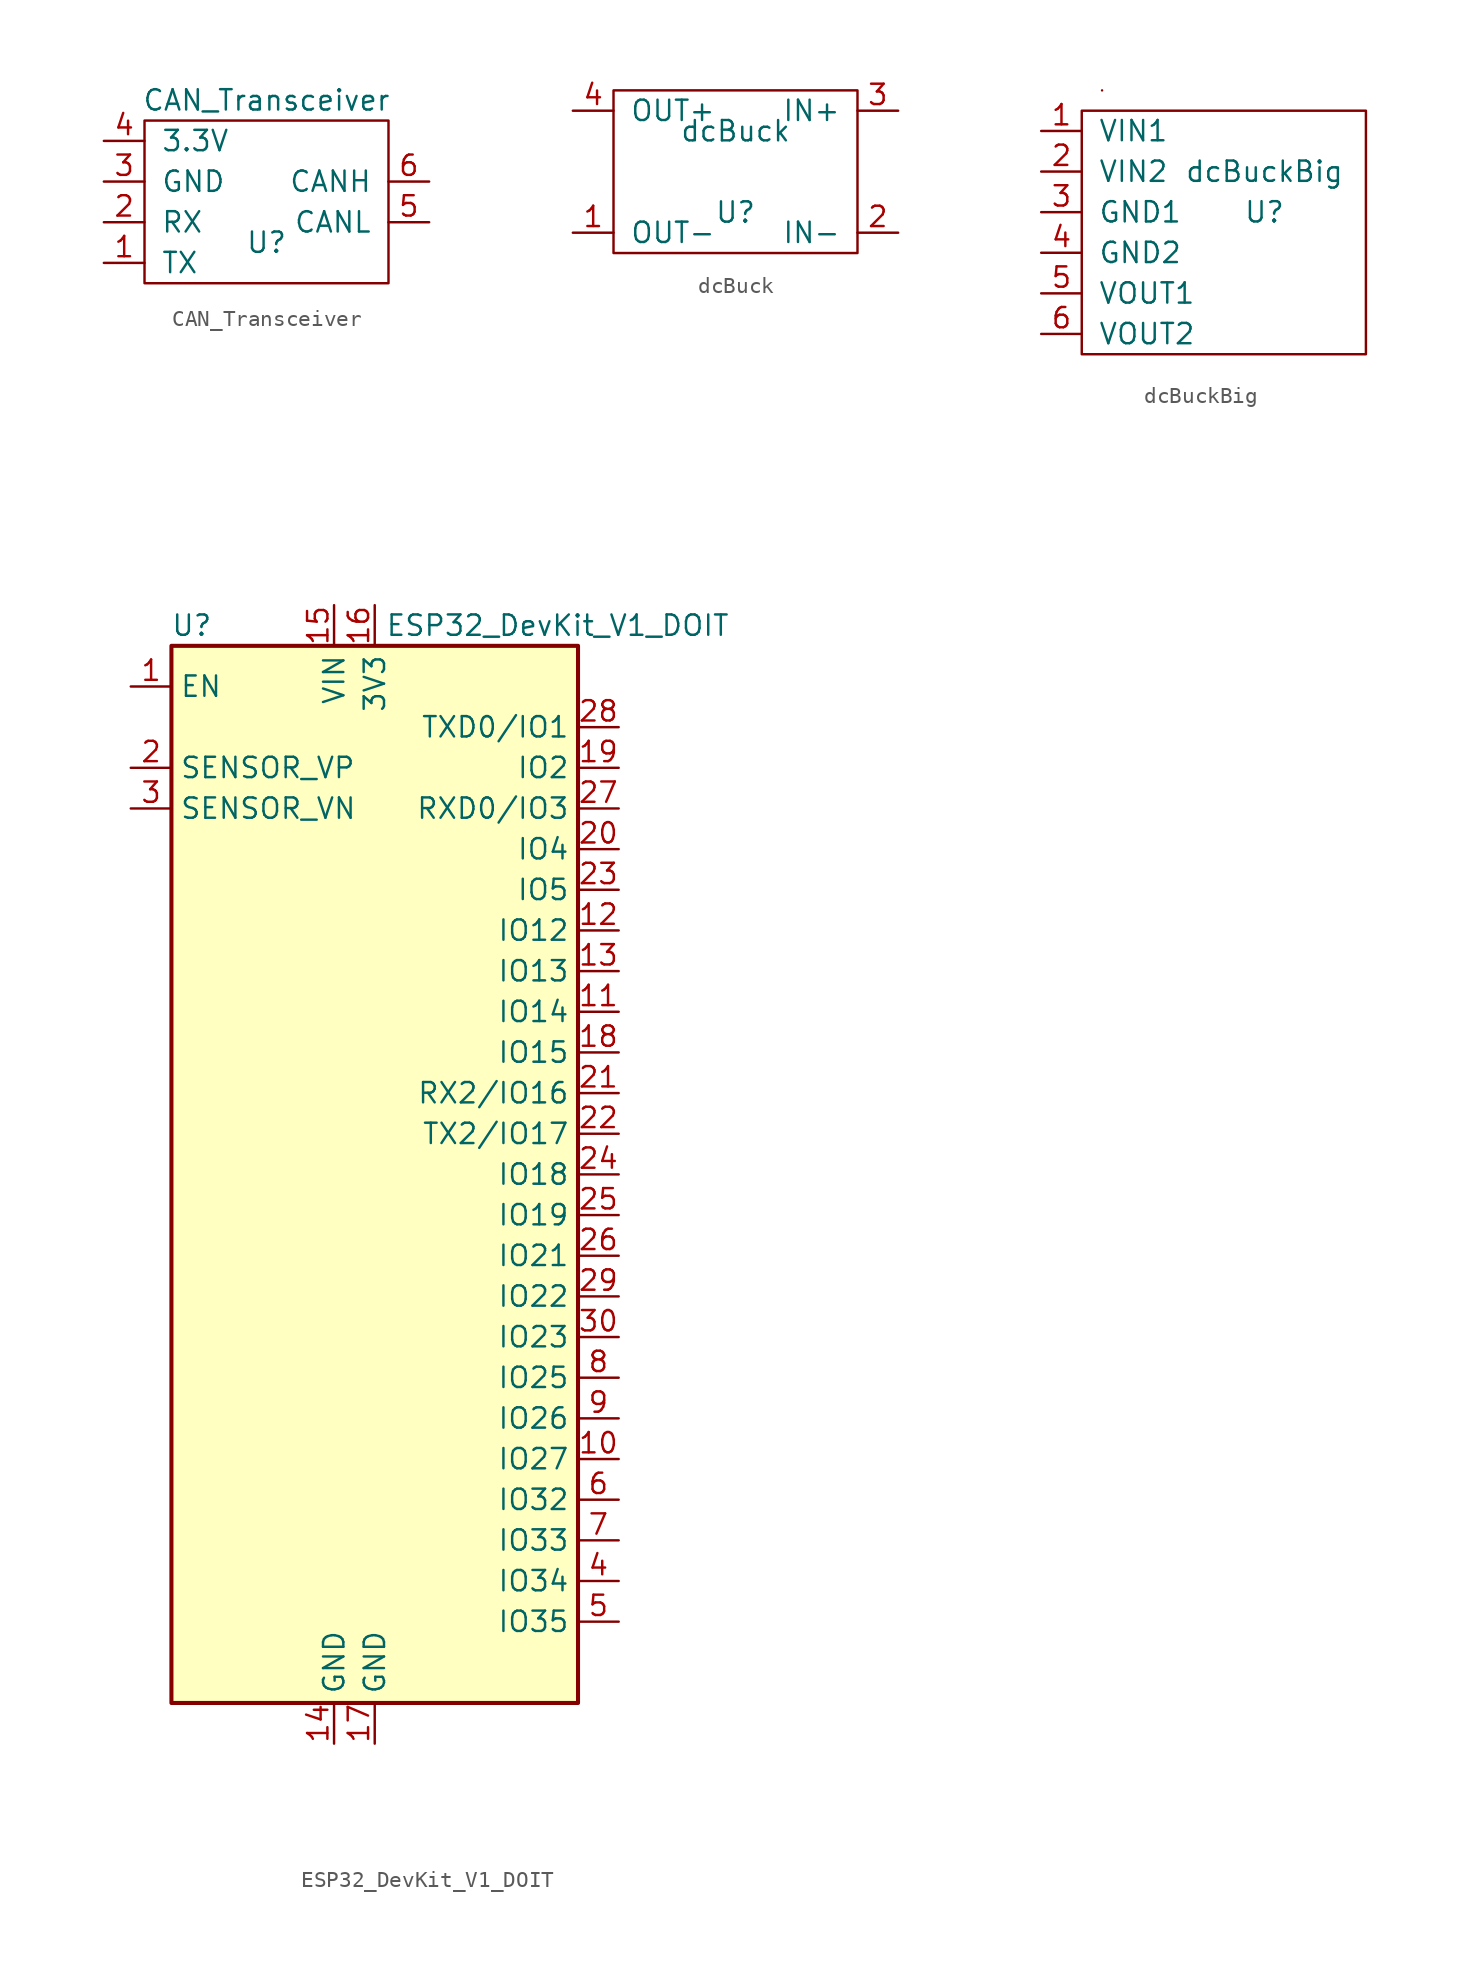
<source format=kicad_sym>
(kicad_symbol_lib
  (version 20211014)
  (generator kicad_symbol_editor)
  (symbol "CAN_Transceiver"
    (pin_names
      (offset 1.016))
    (property "Reference" "U"
      (at 0 -2.54 0)
      (effects (font (size 1.27 1.27))))
    (property "Value" "CAN_Transceiver"
      (at 0 6.35 0)
      (effects (font (size 1.27 1.27))))
    (symbol "CAN_Transceiver_0_1"
      (rectangle (start -7.62 5.08) (end 7.62 -5.08) (stroke (width 0) (type default) (color 0 0 0 0)) (fill (type none))))
    (symbol "CAN_Transceiver_1_1"
      (pin output line (at -10.16 -3.81 0) (length 2.54) (name "TX" (effects (font (size 1.27 1.27)))) (number "1" (effects (font (size 1.27 1.27)))))
      (pin input line (at -10.16 -1.27 0) (length 2.54) (name "RX" (effects (font (size 1.27 1.27)))) (number "2" (effects (font (size 1.27 1.27)))))
      (pin power_in line (at -10.16 1.27 0) (length 2.54) (name "GND" (effects (font (size 1.27 1.27)))) (number "3" (effects (font (size 1.27 1.27)))))
      (pin output line (at -10.16 3.81 0) (length 2.54) (name "3.3V" (effects (font (size 1.27 1.27)))) (number "4" (effects (font (size 1.27 1.27)))))
      (pin bidirectional line (at 10.16 -1.27 180) (length 2.54) (name "CANL" (effects (font (size 1.27 1.27)))) (number "5" (effects (font (size 1.27 1.27)))))
      (pin bidirectional line (at 10.16 1.27 180) (length 2.54) (name "CANH" (effects (font (size 1.27 1.27)))) (number "6" (effects (font (size 1.27 1.27)))))))
  (symbol "dcBuck"
    (pin_names
      (offset 1.016))
    (property "Reference" "U"
      (at 0 -2.54 0)
      (effects (font (size 1.27 1.27))))
    (property "Value" "dcBuck"
      (at 0 2.54 0)
      (effects (font (size 1.27 1.27))))
    (symbol "dcBuck_0_1"
      (rectangle (start -7.62 5.08) (end 7.62 -5.08) (stroke (width 0) (type default) (color 0 0 0 0)) (fill (type none))))
    (symbol "dcBuck_1_1"
      (pin output line (at -10.16 -3.81 0) (length 2.54) (name "OUT-" (effects (font (size 1.27 1.27)))) (number "1" (effects (font (size 1.27 1.27)))))
      (pin input line (at 10.16 -3.81 180) (length 2.54) (name "IN-" (effects (font (size 1.27 1.27)))) (number "2" (effects (font (size 1.27 1.27)))))
      (pin input line (at 10.16 3.81 180) (length 2.54) (name "IN+" (effects (font (size 1.27 1.27)))) (number "3" (effects (font (size 1.27 1.27)))))
      (pin output line (at -10.16 3.81 0) (length 2.54) (name "OUT+" (effects (font (size 1.27 1.27)))) (number "4" (effects (font (size 1.27 1.27)))))))
  (symbol "dcBuckBig"
    (pin_names
      (offset 1.016))
    (property "Reference" "U"
      (at 2.54 -1.27 0)
      (effects (font (size 1.27 1.27))))
    (property "Value" "dcBuckBig"
      (at 2.54 1.27 0)
      (effects (font (size 1.27 1.27))))
    (symbol "dcBuckBig_0_1"
      (rectangle (start -8.89 5.08) (end 8.89 -10.16) (stroke (width 0) (type default) (color 0 0 0 0)) (fill (type none)))
      (rectangle (start -7.62 6.35) (end -7.62 6.35) (stroke (width 0) (type default) (color 0 0 0 0)) (fill (type none))))
    (symbol "dcBuckBig_1_1"
      (pin input line (at -11.43 3.81 0) (length 2.54) (name "VIN1" (effects (font (size 1.27 1.27)))) (number "1" (effects (font (size 1.27 1.27)))))
      (pin input line (at -11.43 1.27 0) (length 2.54) (name "VIN2" (effects (font (size 1.27 1.27)))) (number "2" (effects (font (size 1.27 1.27)))))
      (pin bidirectional line (at -11.43 -1.27 0) (length 2.54) (name "GND1" (effects (font (size 1.27 1.27)))) (number "3" (effects (font (size 1.27 1.27)))))
      (pin bidirectional line (at -11.43 -3.81 0) (length 2.54) (name "GND2" (effects (font (size 1.27 1.27)))) (number "4" (effects (font (size 1.27 1.27)))))
      (pin output line (at -11.43 -6.35 0) (length 2.54) (name "VOUT1" (effects (font (size 1.27 1.27)))) (number "5" (effects (font (size 1.27 1.27)))))
      (pin output line (at -11.43 -8.89 0) (length 2.54) (name "VOUT2" (effects (font (size 1.27 1.27)))) (number "6" (effects (font (size 1.27 1.27)))))))
  (symbol "ESP32_DevKit_V1_DOIT"
    (property "Reference" "U"
      (at -11.43 34.29 0)
      (effects (font (size 1.27 1.27))))
    (property "Value" "ESP32_DevKit_V1_DOIT"
      (at 11.43 34.29 0)
      (effects (font (size 1.27 1.27))))
    (symbol "ESP32_DevKit_V1_DOIT_1_1"
      (rectangle (start -12.7 33.02) (end 12.7 -33.02) (stroke (width 0.254) (type default) (color 0 0 0 0)) (fill (type background)))
      (pin input line (at -15.24 30.48 0) (length 2.54) (name "EN" (effects (font (size 1.27 1.27)))) (number "1" (effects (font (size 1.27 1.27)))))
      (pin bidirectional line (at 15.24 -17.78 180) (length 2.54) (name "IO27" (effects (font (size 1.27 1.27)))) (number "10" (effects (font (size 1.27 1.27)))))
      (pin bidirectional line (at 15.24 10.16 180) (length 2.54) (name "IO14" (effects (font (size 1.27 1.27)))) (number "11" (effects (font (size 1.27 1.27)))))
      (pin bidirectional line (at 15.24 15.24 180) (length 2.54) (name "IO12" (effects (font (size 1.27 1.27)))) (number "12" (effects (font (size 1.27 1.27)))))
      (pin bidirectional line (at 15.24 12.7 180) (length 2.54) (name "IO13" (effects (font (size 1.27 1.27)))) (number "13" (effects (font (size 1.27 1.27)))))
      (pin power_in line (at -2.54 -35.56 90) (length 2.54) (name "GND" (effects (font (size 1.27 1.27)))) (number "14" (effects (font (size 1.27 1.27)))))
      (pin power_in line (at -2.54 35.56 270) (length 2.54) (name "VIN" (effects (font (size 1.27 1.27)))) (number "15" (effects (font (size 1.27 1.27)))))
      (pin power_in line (at 0 35.56 270) (length 2.54) (name "3V3" (effects (font (size 1.27 1.27)))) (number "16" (effects (font (size 1.27 1.27)))))
      (pin power_in line (at 0 -35.56 90) (length 2.54) (name "GND" (effects (font (size 1.27 1.27)))) (number "17" (effects (font (size 1.27 1.27)))))
      (pin bidirectional line (at 15.24 7.62 180) (length 2.54) (name "IO15" (effects (font (size 1.27 1.27)))) (number "18" (effects (font (size 1.27 1.27)))))
      (pin bidirectional line (at 15.24 25.4 180) (length 2.54) (name "IO2" (effects (font (size 1.27 1.27)))) (number "19" (effects (font (size 1.27 1.27)))))
      (pin input line (at -15.24 25.4 0) (length 2.54) (name "SENSOR_VP" (effects (font (size 1.27 1.27)))) (number "2" (effects (font (size 1.27 1.27)))))
      (pin bidirectional line (at 15.24 20.32 180) (length 2.54) (name "IO4" (effects (font (size 1.27 1.27)))) (number "20" (effects (font (size 1.27 1.27)))))
      (pin bidirectional line (at 15.24 5.08 180) (length 2.54) (name "RX2/IO16" (effects (font (size 1.27 1.27)))) (number "21" (effects (font (size 1.27 1.27)))))
      (pin bidirectional line (at 15.24 2.54 180) (length 2.54) (name "TX2/IO17" (effects (font (size 1.27 1.27)))) (number "22" (effects (font (size 1.27 1.27)))))
      (pin bidirectional line (at 15.24 17.78 180) (length 2.54) (name "IO5" (effects (font (size 1.27 1.27)))) (number "23" (effects (font (size 1.27 1.27)))))
      (pin bidirectional line (at 15.24 0 180) (length 2.54) (name "IO18" (effects (font (size 1.27 1.27)))) (number "24" (effects (font (size 1.27 1.27)))))
      (pin bidirectional line (at 15.24 -2.54 180) (length 2.54) (name "IO19" (effects (font (size 1.27 1.27)))) (number "25" (effects (font (size 1.27 1.27)))))
      (pin bidirectional line (at 15.24 -5.08 180) (length 2.54) (name "IO21" (effects (font (size 1.27 1.27)))) (number "26" (effects (font (size 1.27 1.27)))))
      (pin bidirectional line (at 15.24 22.86 180) (length 2.54) (name "RXD0/IO3" (effects (font (size 1.27 1.27)))) (number "27" (effects (font (size 1.27 1.27)))))
      (pin bidirectional line (at 15.24 27.94 180) (length 2.54) (name "TXD0/IO1" (effects (font (size 1.27 1.27)))) (number "28" (effects (font (size 1.27 1.27)))))
      (pin bidirectional line (at 15.24 -7.62 180) (length 2.54) (name "IO22" (effects (font (size 1.27 1.27)))) (number "29" (effects (font (size 1.27 1.27)))))
      (pin input line (at -15.24 22.86 0) (length 2.54) (name "SENSOR_VN" (effects (font (size 1.27 1.27)))) (number "3" (effects (font (size 1.27 1.27)))))
      (pin bidirectional line (at 15.24 -10.16 180) (length 2.54) (name "IO23" (effects (font (size 1.27 1.27)))) (number "30" (effects (font (size 1.27 1.27)))))
      (pin input line (at 15.24 -25.4 180) (length 2.54) (name "IO34" (effects (font (size 1.27 1.27)))) (number "4" (effects (font (size 1.27 1.27)))))
      (pin input line (at 15.24 -27.94 180) (length 2.54) (name "IO35" (effects (font (size 1.27 1.27)))) (number "5" (effects (font (size 1.27 1.27)))))
      (pin bidirectional line (at 15.24 -20.32 180) (length 2.54) (name "IO32" (effects (font (size 1.27 1.27)))) (number "6" (effects (font (size 1.27 1.27)))))
      (pin bidirectional line (at 15.24 -22.86 180) (length 2.54) (name "IO33" (effects (font (size 1.27 1.27)))) (number "7" (effects (font (size 1.27 1.27)))))
      (pin bidirectional line (at 15.24 -12.7 180) (length 2.54) (name "IO25" (effects (font (size 1.27 1.27)))) (number "8" (effects (font (size 1.27 1.27)))))
      (pin bidirectional line (at 15.24 -15.24 180) (length 2.54) (name "IO26" (effects (font (size 1.27 1.27)))) (number "9" (effects (font (size 1.27 1.27))))))))
</source>
